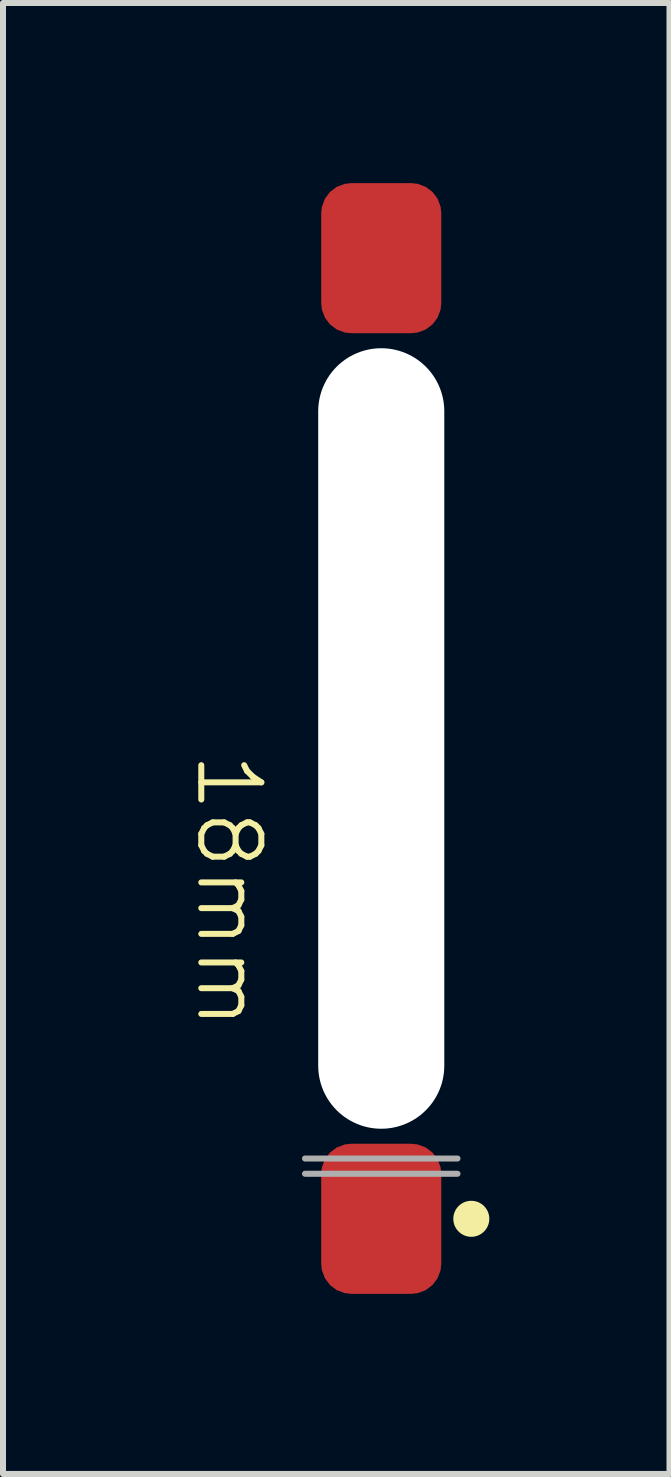
<source format=kicad_pcb>
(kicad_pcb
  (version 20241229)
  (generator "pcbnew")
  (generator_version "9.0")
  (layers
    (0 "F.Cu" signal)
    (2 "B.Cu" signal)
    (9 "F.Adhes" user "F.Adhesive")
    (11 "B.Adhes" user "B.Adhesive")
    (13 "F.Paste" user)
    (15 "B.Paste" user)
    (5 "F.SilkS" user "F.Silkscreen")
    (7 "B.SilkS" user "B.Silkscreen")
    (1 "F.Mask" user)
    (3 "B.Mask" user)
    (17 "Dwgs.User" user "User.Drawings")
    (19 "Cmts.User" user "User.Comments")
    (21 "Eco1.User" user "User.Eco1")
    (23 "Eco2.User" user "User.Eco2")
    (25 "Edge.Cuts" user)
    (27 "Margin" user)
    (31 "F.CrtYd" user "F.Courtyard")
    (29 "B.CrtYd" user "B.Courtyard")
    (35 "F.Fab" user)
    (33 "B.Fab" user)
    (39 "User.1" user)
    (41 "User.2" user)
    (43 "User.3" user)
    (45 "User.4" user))
  (footprint "18mm"
    (layer "F.Cu")
    (at 3.3 9.25)
    (property "Reference" "18mm" (at -2.54 2.54 270) (unlocked yes) (layer "F.SilkS") (effects (font (size 1 1) (thickness 0.1))))
    (attr smd)
    (fp_circle (center 1.5 8) (end 1.75 8) (stroke (width 0.1) (type solid)) (fill yes) (layer "F.SilkS"))
    (fp_line (start -1.27 7.25) (end 1.27 7.25) (stroke (width 0.1) (type default)) (layer "F.Fab"))
    (fp_line (start -0.508 -0.508) (end 0 0.508) (stroke (width 0.1) (type default)) (layer "F.Fab"))
    (fp_line (start 0 -0.508) (end 0 -1.27) (stroke (width 0.1) (type default)) (layer "F.Fab"))
    (fp_line (start 0 0.508) (end 0 1.27) (stroke (width 0.1) (type default)) (layer "F.Fab"))
    (fp_line (start 0 0.508) (end 0.508 -0.508) (stroke (width 0.1) (type default)) (layer "F.Fab"))
    (fp_line (start 0.508 -0.508) (end -0.508 -0.508) (stroke (width 0.1) (type default)) (layer "F.Fab"))
    (fp_line (start 0.508 0.508) (end -0.508 0.508) (stroke (width 0.1) (type default)) (layer "F.Fab"))
    (fp_line (start 1.27 6.996) (end -1.27 6.996) (stroke (width 0.1) (type default)) (layer "F.Fab"))
    (pad "" np_thru_hole oval (at 0 0 180) (size 2.1 13) (drill oval 2.1 13) (layers "*.Cu" "*.Mask"))
    (pad "1" smd roundrect (at 0 8 180) (size 2 2.5) (layers "F.Cu" "F.Mask" "F.Paste") (roundrect_rratio 0.25))
    (pad "2" smd roundrect (at 0 -8 180) (size 2 2.5) (layers "F.Cu" "F.Mask" "F.Paste") (roundrect_rratio 0.25)))
  (gr_rect
    (start -3 -3)
    (end 8.101 21.5)
    (stroke (width 0.1) (type default))
    (fill no)
    (layer "Edge.Cuts")))
</source>
